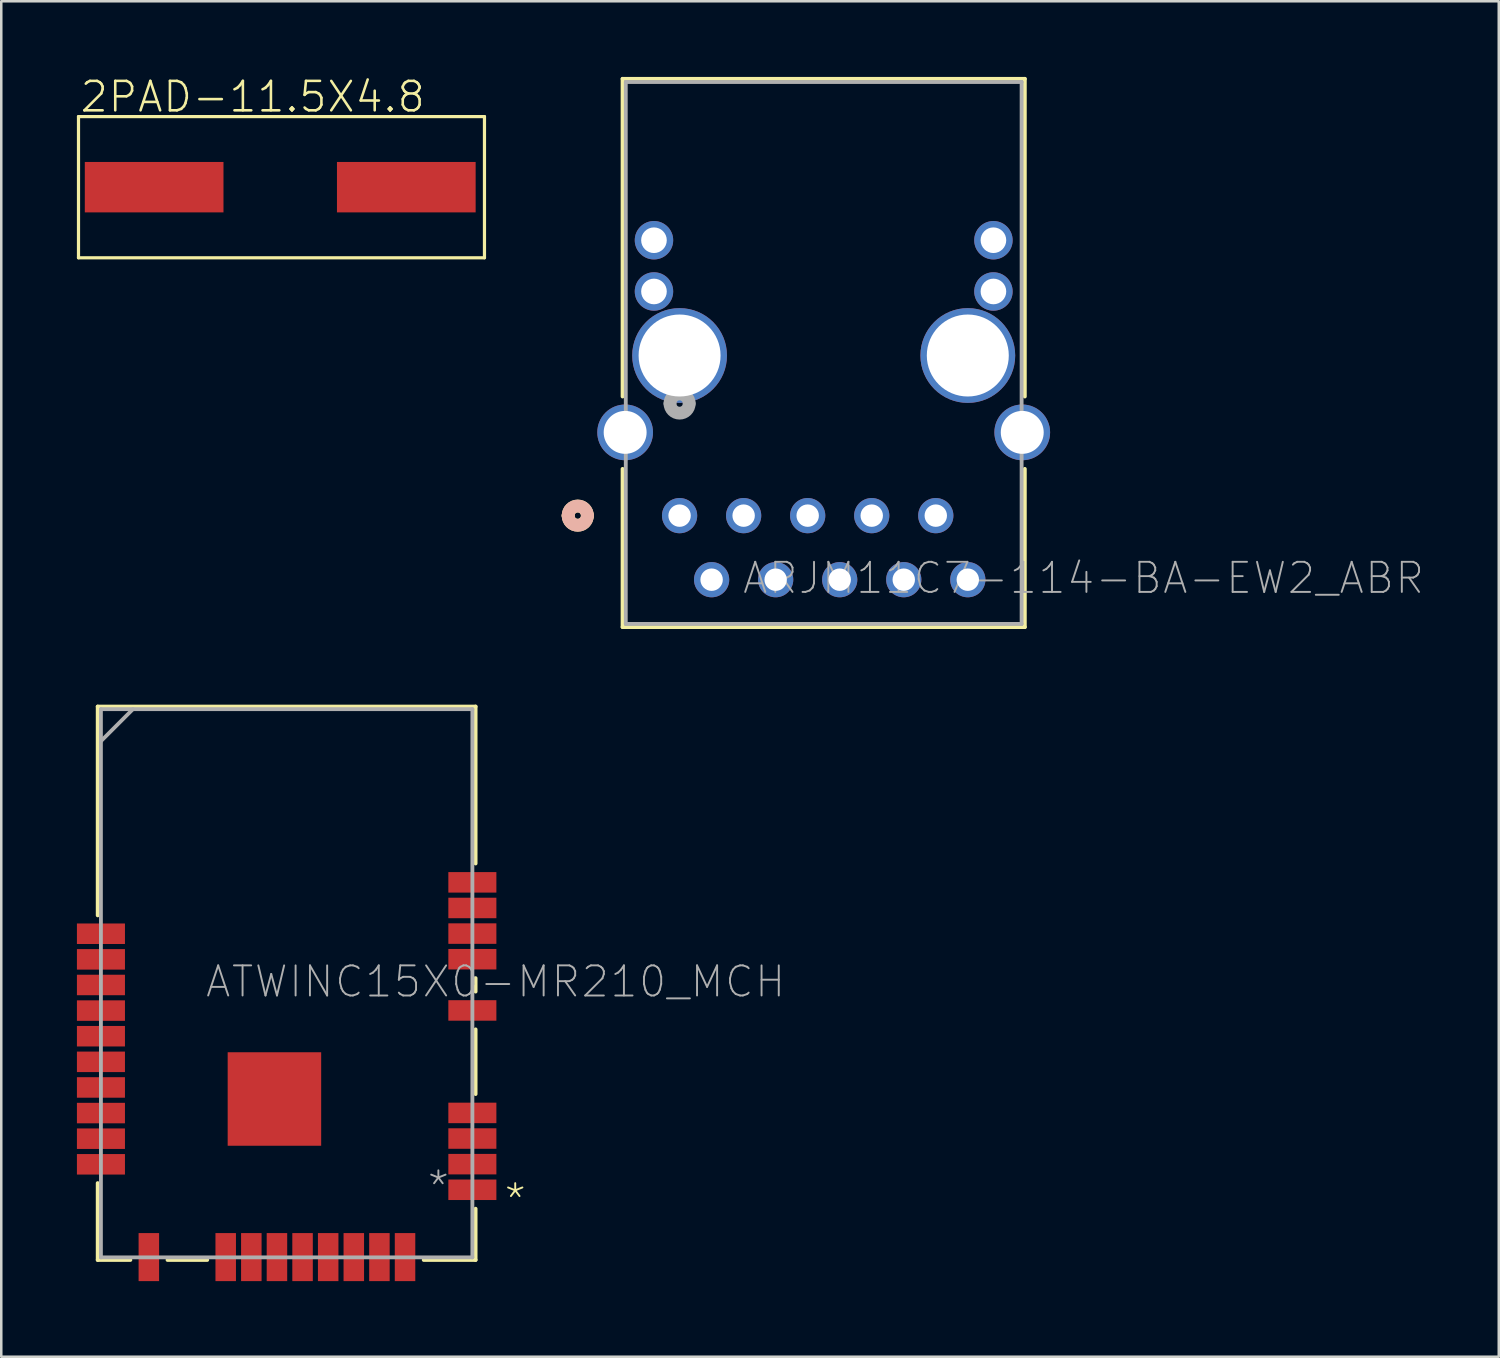
<source format=kicad_pcb>
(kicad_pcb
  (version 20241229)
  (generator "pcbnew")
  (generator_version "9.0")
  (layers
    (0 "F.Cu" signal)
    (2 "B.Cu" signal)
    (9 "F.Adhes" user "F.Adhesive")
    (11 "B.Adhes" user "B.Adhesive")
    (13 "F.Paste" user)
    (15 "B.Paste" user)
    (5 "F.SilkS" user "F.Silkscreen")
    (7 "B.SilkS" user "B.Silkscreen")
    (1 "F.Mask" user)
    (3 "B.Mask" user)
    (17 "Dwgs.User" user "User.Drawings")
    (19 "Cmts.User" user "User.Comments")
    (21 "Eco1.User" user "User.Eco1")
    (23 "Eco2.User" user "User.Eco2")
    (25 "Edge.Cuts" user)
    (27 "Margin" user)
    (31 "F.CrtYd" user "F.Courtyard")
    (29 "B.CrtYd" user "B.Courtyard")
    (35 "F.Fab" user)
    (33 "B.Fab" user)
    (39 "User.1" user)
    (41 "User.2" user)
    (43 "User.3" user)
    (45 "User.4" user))
  (footprint "2PAD-11.5X4.8"
    (layer "F.Cu")
    (at 8.063 4.373)
    (property "Reference" "2PAD-11.5X4.8" (at -8 -2.9 0) (layer "F.SilkS") (effects (font (size 1.168 1.168) (thickness 0.102)) (justify left bottom)))
    (fp_line (start -8 -2.8) (end 8.1 -2.8) (stroke (width 0.127) (type solid)) (layer "F.SilkS"))
    (fp_line (start -8 2.8) (end -8 -2.8) (stroke (width 0.127) (type solid)) (layer "F.SilkS"))
    (fp_line (start 8.1 -2.8) (end 8.1 2.8) (stroke (width 0.127) (type solid)) (layer "F.SilkS"))
    (fp_line (start 8.1 2.8) (end -8 2.8) (stroke (width 0.127) (type solid)) (layer "F.SilkS"))
    (pad "P$1" smd rect (at -5 0) (size 5.5 2) (layers "F.Cu" "F.Mask" "F.Paste"))
    (pad "P$2" smd rect (at 5 0) (size 5.5 2) (layers "F.Cu" "F.Mask" "F.Paste")))
  (footprint "ATWINC15X0-MR210_MCH"
    (layer "F.Cu")
    (at 8.318 35.944)
    (property "Reference" "ATWINC15X0-MR210_MCH" (at -3.277 0.635 0) (layer "F.Fab") (effects (font (size 1.194 1.194) (thickness 0.076)) (justify left bottom)))
    (fp_line (start -7.493 -10.973) (end 7.493 -10.973) (stroke (width 0.152) (type solid)) (layer "F.SilkS"))
    (fp_line (start -7.493 -2.692) (end -7.493 -10.973) (stroke (width 0.152) (type solid)) (layer "F.SilkS"))
    (fp_line (start -7.493 10.973) (end -7.493 7.925) (stroke (width 0.152) (type solid)) (layer "F.SilkS"))
    (fp_line (start -6.198 10.973) (end -7.493 10.973) (stroke (width 0.152) (type solid)) (layer "F.SilkS"))
    (fp_line (start -3.15 10.973) (end -4.724 10.973) (stroke (width 0.152) (type solid)) (layer "F.SilkS"))
    (fp_line (start 7.493 -10.973) (end 7.493 -4.75) (stroke (width 0.152) (type solid)) (layer "F.SilkS"))
    (fp_line (start 7.493 -0.203) (end 7.493 0.33) (stroke (width 0.152) (type solid)) (layer "F.SilkS"))
    (fp_line (start 7.493 1.829) (end 7.493 4.394) (stroke (width 0.152) (type solid)) (layer "F.SilkS"))
    (fp_line (start 7.493 8.941) (end 7.493 10.973) (stroke (width 0.152) (type solid)) (layer "F.SilkS"))
    (fp_line (start 7.493 10.973) (end 5.436 10.973) (stroke (width 0.152) (type solid)) (layer "F.SilkS"))
    (fp_poly (pts (xy -0.572 4.503) (xy -2.252 4.503) (xy -2.252 2.823) (xy -0.572 2.823)) (stroke (width 0) (type default)) (fill yes) (layer "F.Paste"))
    (fp_poly (pts (xy -0.572 6.357) (xy -2.252 6.357) (xy -2.252 4.677) (xy -0.572 4.677)) (stroke (width 0) (type default)) (fill yes) (layer "F.Paste"))
    (fp_poly (pts (xy 1.282 4.503) (xy -0.398 4.503) (xy -0.398 2.823) (xy 1.282 2.823)) (stroke (width 0) (type default)) (fill yes) (layer "F.Paste"))
    (fp_poly (pts (xy 1.282 6.357) (xy -0.398 6.357) (xy -0.398 4.677) (xy 1.282 4.677)) (stroke (width 0) (type default)) (fill yes) (layer "F.Paste"))
    (fp_line (start -7.366 -10.871) (end -7.366 10.871) (stroke (width 0.152) (type solid)) (layer "F.Fab"))
    (fp_line (start -7.366 -9.601) (end -6.096 -10.871) (stroke (width 0.152) (type solid)) (layer "F.Fab"))
    (fp_line (start -7.366 10.871) (end 7.366 10.871) (stroke (width 0.152) (type solid)) (layer "F.Fab"))
    (fp_line (start 7.366 -10.871) (end -7.366 -10.871) (stroke (width 0.152) (type solid)) (layer "F.Fab"))
    (fp_line (start 7.366 10.871) (end 7.366 -10.871) (stroke (width 0.152) (type solid)) (layer "F.Fab"))
    (fp_text user "*" (at 8.56 9.271 0) (layer "F.SilkS") (effects (font (size 1.194 1.194) (thickness 0.076)) (justify left bottom)))
    (fp_text user "*" (at 5.512 8.763 0) (layer "F.Fab") (effects (font (size 1.194 1.194) (thickness 0.076)) (justify left bottom)))
    (pad "1" smd rect (at 7.365 8.19 270) (size 0.813 1.905) (layers "F.Cu" "F.Mask" "F.Paste"))
    (pad "2" smd rect (at 7.365 7.174 270) (size 0.813 1.905) (layers "F.Cu" "F.Mask" "F.Paste"))
    (pad "3" smd rect (at 7.365 6.158 270) (size 0.813 1.905) (layers "F.Cu" "F.Mask" "F.Paste"))
    (pad "4" smd rect (at 7.365 5.142 270) (size 0.813 1.905) (layers "F.Cu" "F.Mask" "F.Paste"))
    (pad "5" smd rect (at 7.365 1.078 270) (size 0.813 1.905) (layers "F.Cu" "F.Mask" "F.Paste"))
    (pad "6" smd rect (at 7.365 -0.954 270) (size 0.813 1.905) (layers "F.Cu" "F.Mask" "F.Paste"))
    (pad "7" smd rect (at 7.365 -1.97 270) (size 0.813 1.905) (layers "F.Cu" "F.Mask" "F.Paste"))
    (pad "8" smd rect (at 7.365 -2.986 270) (size 0.813 1.905) (layers "F.Cu" "F.Mask" "F.Paste"))
    (pad "9" smd rect (at 7.365 -4.002 270) (size 0.813 1.905) (layers "F.Cu" "F.Mask" "F.Paste"))
    (pad "10" smd rect (at -7.365 -1.964 270) (size 0.813 1.905) (layers "F.Cu" "F.Mask" "F.Paste"))
    (pad "11" smd rect (at -7.365 -0.948 270) (size 0.813 1.905) (layers "F.Cu" "F.Mask" "F.Paste"))
    (pad "12" smd rect (at -7.365 0.068 270) (size 0.813 1.905) (layers "F.Cu" "F.Mask" "F.Paste"))
    (pad "13" smd rect (at -7.365 1.084 270) (size 0.813 1.905) (layers "F.Cu" "F.Mask" "F.Paste"))
    (pad "14" smd rect (at -7.365 2.1 270) (size 0.813 1.905) (layers "F.Cu" "F.Mask" "F.Paste"))
    (pad "15" smd rect (at -7.365 3.116 270) (size 0.813 1.905) (layers "F.Cu" "F.Mask" "F.Paste"))
    (pad "16" smd rect (at -7.365 4.132 270) (size 0.813 1.905) (layers "F.Cu" "F.Mask" "F.Paste"))
    (pad "17" smd rect (at -7.365 5.148 270) (size 0.813 1.905) (layers "F.Cu" "F.Mask" "F.Paste"))
    (pad "18" smd rect (at -7.365 6.164 270) (size 0.813 1.905) (layers "F.Cu" "F.Mask" "F.Paste"))
    (pad "19" smd rect (at -7.365 7.18 270) (size 0.813 1.905) (layers "F.Cu" "F.Mask" "F.Paste"))
    (pad "20" smd rect (at -5.465 10.86 180) (size 0.813 1.905) (layers "F.Cu" "F.Mask" "F.Paste"))
    (pad "21" smd rect (at -2.417 10.86 180) (size 0.813 1.905) (layers "F.Cu" "F.Mask" "F.Paste"))
    (pad "22" smd rect (at -1.401 10.86 180) (size 0.813 1.905) (layers "F.Cu" "F.Mask" "F.Paste"))
    (pad "23" smd rect (at -0.385 10.86 180) (size 0.813 1.905) (layers "F.Cu" "F.Mask" "F.Paste"))
    (pad "24" smd rect (at 0.631 10.86 180) (size 0.813 1.905) (layers "F.Cu" "F.Mask" "F.Paste"))
    (pad "25" smd rect (at 1.647 10.86 180) (size 0.813 1.905) (layers "F.Cu" "F.Mask" "F.Paste"))
    (pad "26" smd rect (at 2.663 10.86 180) (size 0.813 1.905) (layers "F.Cu" "F.Mask" "F.Paste"))
    (pad "27" smd rect (at 3.679 10.86 180) (size 0.813 1.905) (layers "F.Cu" "F.Mask" "F.Paste"))
    (pad "28" smd rect (at 4.695 10.86 180) (size 0.813 1.905) (layers "F.Cu" "F.Mask" "F.Paste"))
    (pad "29" smd rect (at -0.485 4.59) (size 3.708 3.708) (layers "F.Cu" "F.Mask" "F.Paste")))
  (footprint "ARJM11C7-114-BA-EW2_ABR"
    (layer "F.Cu")
    (at 23.901 17.399)
    (property "Reference" "ARJM11C7-114-BA-EW2_ABR" (at 2.438 3.175 0) (layer "F.Fab") (effects (font (size 1.194 1.194) (thickness 0.076)) (justify left bottom)))
    (fp_line (start -2.261 -17.323) (end -2.261 -4.724) (stroke (width 0.152) (type solid)) (layer "F.SilkS"))
    (fp_line (start -2.261 -1.854) (end -2.261 4.42) (stroke (width 0.152) (type solid)) (layer "F.SilkS"))
    (fp_line (start -2.261 4.42) (end 13.691 4.42) (stroke (width 0.152) (type solid)) (layer "F.SilkS"))
    (fp_line (start 13.691 -17.323) (end -2.261 -17.323) (stroke (width 0.152) (type solid)) (layer "F.SilkS"))
    (fp_line (start 13.691 -4.724) (end 13.691 -17.323) (stroke (width 0.152) (type solid)) (layer "F.SilkS"))
    (fp_line (start 13.691 4.42) (end 13.691 -1.854) (stroke (width 0.152) (type solid)) (layer "F.SilkS"))
    (fp_arc (start -4.4196 0) (mid -4.0386 -0.381) (end -3.6576 0) (stroke (width 0.508) (type solid)) (layer "F.SilkS"))
    (fp_arc (start -3.6576 0) (mid -4.0386 0.381) (end -4.4196 0) (stroke (width 0.508) (type solid)) (layer "F.SilkS"))
    (fp_arc (start -4.4196 0) (mid -4.0386 -0.381) (end -3.6576 0) (stroke (width 0.508) (type solid)) (layer "B.SilkS"))
    (fp_arc (start -3.6576 0) (mid -4.0386 0.381) (end -4.4196 0) (stroke (width 0.508) (type solid)) (layer "B.SilkS"))
    (fp_line (start -2.134 -17.196) (end -2.134 4.293) (stroke (width 0.152) (type solid)) (layer "F.Fab"))
    (fp_line (start -2.134 4.293) (end 13.564 4.293) (stroke (width 0.152) (type solid)) (layer "F.Fab"))
    (fp_line (start 13.564 -17.196) (end -2.134 -17.196) (stroke (width 0.152) (type solid)) (layer "F.Fab"))
    (fp_line (start 13.564 4.293) (end 13.564 -17.196) (stroke (width 0.152) (type solid)) (layer "F.Fab"))
    (fp_arc (start -0.381 -4.445) (mid 0 -4.826) (end 0.381 -4.445) (stroke (width 0.508) (type solid)) (layer "F.Fab"))
    (fp_arc (start 0.381 -4.445) (mid 0 -4.064) (end -0.381 -4.445) (stroke (width 0.508) (type solid)) (layer "F.Fab"))
    (pad "1" thru_hole circle (at 0 0) (size 1.397 1.397) (drill 0.889) (layers "*.Cu" "*.Mask"))
    (pad "2" thru_hole circle (at 1.27 2.54) (size 1.397 1.397) (drill 0.889) (layers "*.Cu" "*.Mask"))
    (pad "3" thru_hole circle (at 2.54 0) (size 1.397 1.397) (drill 0.889) (layers "*.Cu" "*.Mask"))
    (pad "4" thru_hole circle (at 3.81 2.54) (size 1.397 1.397) (drill 0.889) (layers "*.Cu" "*.Mask"))
    (pad "5" thru_hole circle (at 5.08 0) (size 1.397 1.397) (drill 0.889) (layers "*.Cu" "*.Mask"))
    (pad "6" thru_hole circle (at 6.35 2.54) (size 1.397 1.397) (drill 0.889) (layers "*.Cu" "*.Mask"))
    (pad "7" thru_hole circle (at 7.62 0) (size 1.397 1.397) (drill 0.889) (layers "*.Cu" "*.Mask"))
    (pad "8" thru_hole circle (at 8.89 2.54) (size 1.397 1.397) (drill 0.889) (layers "*.Cu" "*.Mask"))
    (pad "9" thru_hole circle (at 10.16 0) (size 1.397 1.397) (drill 0.889) (layers "*.Cu" "*.Mask"))
    (pad "10" thru_hole circle (at 11.43 2.54) (size 1.397 1.397) (drill 0.889) (layers "*.Cu" "*.Mask"))
    (pad "11" thru_hole circle (at -1.016 -8.89) (size 1.524 1.524) (drill 1.016) (layers "*.Cu" "*.Mask"))
    (pad "12" thru_hole circle (at -1.016 -10.922) (size 1.524 1.524) (drill 1.016) (layers "*.Cu" "*.Mask"))
    (pad "13" thru_hole circle (at 12.446 -8.89) (size 1.524 1.524) (drill 1.016) (layers "*.Cu" "*.Mask"))
    (pad "14" thru_hole circle (at 12.446 -10.922) (size 1.524 1.524) (drill 1.016) (layers "*.Cu" "*.Mask"))
    (pad "15" thru_hole circle (at -2.159 -3.302) (size 2.21 2.21) (drill 1.702) (layers "*.Cu" "*.Mask"))
    (pad "16" thru_hole circle (at 13.589 -3.302) (size 2.21 2.21) (drill 1.702) (layers "*.Cu" "*.Mask"))
    (pad "17" thru_hole circle (at 0 -6.35) (size 3.759 3.759) (drill 3.251) (layers "*.Cu" "*.Mask"))
    (pad "18" thru_hole circle (at 11.43 -6.35) (size 3.759 3.759) (drill 3.251) (layers "*.Cu" "*.Mask")))
  (gr_rect
    (start -3 -3)
    (end 56.388 50.756)
    (stroke (width 0.1) (type default))
    (fill no)
    (layer "Edge.Cuts")))
</source>
